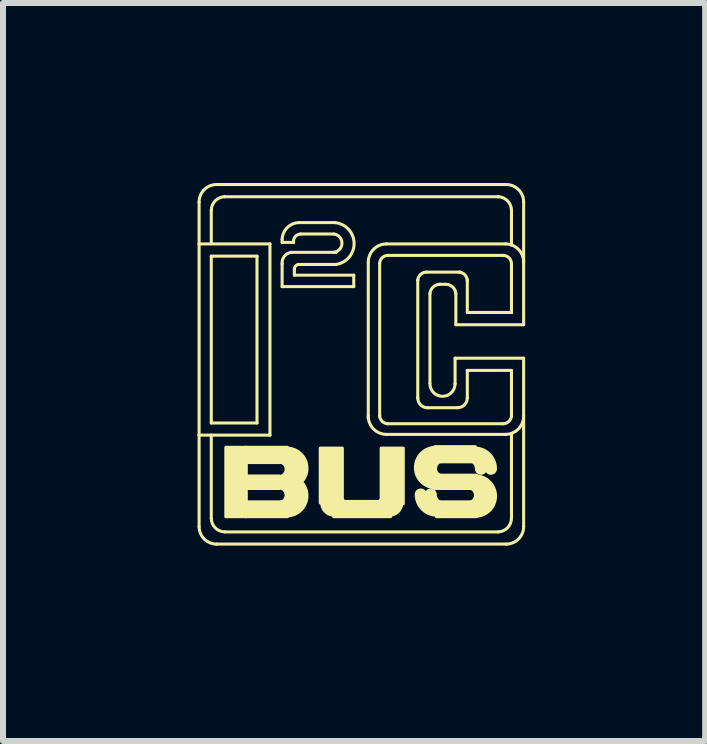
<source format=kicad_pcb>
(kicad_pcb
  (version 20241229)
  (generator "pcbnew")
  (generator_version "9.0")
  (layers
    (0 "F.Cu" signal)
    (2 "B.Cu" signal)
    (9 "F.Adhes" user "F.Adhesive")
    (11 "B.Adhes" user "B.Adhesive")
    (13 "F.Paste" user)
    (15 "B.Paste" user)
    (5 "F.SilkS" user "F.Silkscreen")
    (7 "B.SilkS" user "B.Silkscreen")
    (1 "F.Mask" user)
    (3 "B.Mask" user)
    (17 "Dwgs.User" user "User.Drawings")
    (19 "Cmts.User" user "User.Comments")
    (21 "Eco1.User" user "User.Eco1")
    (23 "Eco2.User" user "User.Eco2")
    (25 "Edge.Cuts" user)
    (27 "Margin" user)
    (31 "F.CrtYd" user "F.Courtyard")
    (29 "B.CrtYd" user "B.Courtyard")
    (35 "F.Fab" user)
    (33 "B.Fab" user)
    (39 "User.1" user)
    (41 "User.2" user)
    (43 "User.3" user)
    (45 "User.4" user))
  (footprint "micro-philips.I2C"
    (layer "F.Cu")
    (at 0.25 6.052)
    (property "Reference" "micro-philips.I2C" (at 2.54 -0.635 0) (layer "F.SilkS") (effects (font (size 0.025 0.025)) (justify left bottom)))
    (fp_line (start 0.019 -5.734) (end 0.019 -5.036) (stroke (width 0.051) (type default)) (layer "F.SilkS"))
    (fp_line (start 0.019 -5.036) (end 1.2 -5.036) (stroke (width 0.051) (type default)) (layer "F.SilkS"))
    (fp_line (start 0.019 -1.848) (end 0.019 -5.036) (stroke (width 0.051) (type default)) (layer "F.SilkS"))
    (fp_line (start 0.019 -0.324) (end 0.019 -1.848) (stroke (width 0.051) (type default)) (layer "F.SilkS"))
    (fp_line (start 0.21 -1.848) (end 0.019 -1.848) (stroke (width 0.051) (type default)) (layer "F.SilkS"))
    (fp_line (start 0.222 -5.594) (end 0.222 -5.042) (stroke (width 0.051) (type default)) (layer "F.SilkS"))
    (fp_line (start 0.222 -4.832) (end 0.222 -2.051) (stroke (width 0.051) (type default)) (layer "F.SilkS"))
    (fp_line (start 0.222 -2.051) (end 0.984 -2.051) (stroke (width 0.051) (type default)) (layer "F.SilkS"))
    (fp_line (start 0.222 -1.848) (end 0.222 -0.457) (stroke (width 0.051) (type default)) (layer "F.SilkS"))
    (fp_line (start 0.311 -0.032) (end 5.144 -0.032) (stroke (width 0.051) (type default)) (layer "F.SilkS"))
    (fp_line (start 0.311 -6.026) (end 5.137 -6.026) (stroke (width 0.051) (type default)) (layer "F.SilkS"))
    (fp_line (start 0.438 -5.823) (end 5.01 -5.823) (stroke (width 0.051) (type default)) (layer "F.SilkS"))
    (fp_line (start 0.451 -0.235) (end 5.01 -0.235) (stroke (width 0.051) (type default)) (layer "F.SilkS"))
    (fp_line (start 0.984 -4.832) (end 0.222 -4.832) (stroke (width 0.051) (type default)) (layer "F.SilkS"))
    (fp_line (start 0.984 -2.051) (end 0.984 -4.832) (stroke (width 0.051) (type default)) (layer "F.SilkS"))
    (fp_line (start 1.2 -5.036) (end 1.2 -1.848) (stroke (width 0.051) (type default)) (layer "F.SilkS"))
    (fp_line (start 1.2 -1.848) (end 0.222 -1.848) (stroke (width 0.051) (type default)) (layer "F.SilkS"))
    (fp_line (start 1.403 -5.112) (end 1.403 -5.061) (stroke (width 0.051) (type default)) (layer "F.SilkS"))
    (fp_line (start 1.403 -5.061) (end 1.594 -5.061) (stroke (width 0.051) (type default)) (layer "F.SilkS"))
    (fp_line (start 1.403 -4.324) (end 1.403 -4.705) (stroke (width 0.051) (type default)) (layer "F.SilkS"))
    (fp_line (start 1.403 -4.324) (end 2.597 -4.324) (stroke (width 0.051) (type default)) (layer "F.SilkS"))
    (fp_line (start 1.556 -4.896) (end 2.305 -4.896) (stroke (width 0.051) (type default)) (layer "F.SilkS"))
    (fp_line (start 1.607 -4.617) (end 1.607 -4.515) (stroke (width 0.051) (type default)) (layer "F.SilkS"))
    (fp_line (start 1.67 -4.693) (end 2.292 -4.693) (stroke (width 0.051) (type default)) (layer "F.SilkS"))
    (fp_line (start 1.708 -5.201) (end 2.267 -5.201) (stroke (width 0.051) (type default)) (layer "F.SilkS"))
    (fp_line (start 2.286 -5.391) (end 1.676 -5.391) (stroke (width 0.051) (type default)) (layer "F.SilkS"))
    (fp_line (start 2.597 -4.515) (end 1.607 -4.515) (stroke (width 0.051) (type default)) (layer "F.SilkS"))
    (fp_line (start 2.597 -4.324) (end 2.597 -4.515) (stroke (width 0.051) (type default)) (layer "F.SilkS"))
    (fp_line (start 2.839 -4.731) (end 2.839 -2.127) (stroke (width 0.051) (type default)) (layer "F.SilkS"))
    (fp_line (start 3.029 -4.718) (end 3.029 -2.165) (stroke (width 0.051) (type default)) (layer "F.SilkS"))
    (fp_line (start 3.143 -1.861) (end 5.131 -1.861) (stroke (width 0.051) (type default)) (layer "F.SilkS"))
    (fp_line (start 3.156 -2.038) (end 5.086 -2.038) (stroke (width 0.051) (type default)) (layer "F.SilkS"))
    (fp_line (start 3.169 -4.845) (end 5.099 -4.845) (stroke (width 0.051) (type default)) (layer "F.SilkS"))
    (fp_line (start 3.664 -4.439) (end 3.664 -4.432) (stroke (width 0.051) (type default)) (layer "F.SilkS"))
    (fp_line (start 3.664 -4.432) (end 3.664 -2.47) (stroke (width 0.051) (type default)) (layer "F.SilkS"))
    (fp_line (start 3.664 -2.47) (end 3.664 -2.464) (stroke (width 0.051) (type default)) (layer "F.SilkS"))
    (fp_line (start 3.823 -2.305) (end 4.331 -2.305) (stroke (width 0.051) (type default)) (layer "F.SilkS"))
    (fp_line (start 3.867 -4.21) (end 3.867 -2.712) (stroke (width 0.051) (type default)) (layer "F.SilkS"))
    (fp_line (start 4.134 -4.363) (end 4.02 -4.363) (stroke (width 0.051) (type default)) (layer "F.SilkS"))
    (fp_line (start 4.286 -3.131) (end 4.286 -2.705) (stroke (width 0.051) (type default)) (layer "F.SilkS"))
    (fp_line (start 4.299 -3.689) (end 4.299 -4.21) (stroke (width 0.051) (type default)) (layer "F.SilkS"))
    (fp_line (start 4.375 -4.566) (end 3.804 -4.566) (stroke (width 0.051) (type default)) (layer "F.SilkS"))
    (fp_line (start 4.49 -3.893) (end 4.49 -4.439) (stroke (width 0.051) (type default)) (layer "F.SilkS"))
    (fp_line (start 4.49 -2.927) (end 4.49 -2.464) (stroke (width 0.051) (type default)) (layer "F.SilkS"))
    (fp_line (start 5.125 -5.036) (end 3.137 -5.036) (stroke (width 0.051) (type default)) (layer "F.SilkS"))
    (fp_line (start 5.226 -4.705) (end 5.226 -3.893) (stroke (width 0.051) (type default)) (layer "F.SilkS"))
    (fp_line (start 5.226 -3.893) (end 4.49 -3.893) (stroke (width 0.051) (type default)) (layer "F.SilkS"))
    (fp_line (start 5.226 -3.893) (end 5.226 -3.893) (stroke (width 0.051) (type default)) (layer "F.SilkS"))
    (fp_line (start 5.226 -2.927) (end 4.49 -2.927) (stroke (width 0.051) (type default)) (layer "F.SilkS"))
    (fp_line (start 5.226 -0.464) (end 5.226 -1.873) (stroke (width 0.051) (type default)) (layer "F.SilkS"))
    (fp_line (start 5.226 -5.607) (end 5.226 -5.601) (stroke (width 0.051) (type default)) (layer "F.SilkS"))
    (fp_line (start 5.226 -5.601) (end 5.226 -5.017) (stroke (width 0.051) (type default)) (layer "F.SilkS"))
    (fp_line (start 5.226 -2.165) (end 5.226 -2.927) (stroke (width 0.051) (type default)) (layer "F.SilkS"))
    (fp_line (start 5.429 -5.734) (end 5.429 -4.75) (stroke (width 0.051) (type default)) (layer "F.SilkS"))
    (fp_line (start 5.429 -3.689) (end 4.299 -3.689) (stroke (width 0.051) (type default)) (layer "F.SilkS"))
    (fp_line (start 5.429 -3.689) (end 5.429 -4.737) (stroke (width 0.051) (type default)) (layer "F.SilkS"))
    (fp_line (start 5.429 -3.131) (end 4.286 -3.131) (stroke (width 0.051) (type default)) (layer "F.SilkS"))
    (fp_line (start 5.429 -0.324) (end 5.429 -2.134) (stroke (width 0.051) (type default)) (layer "F.SilkS"))
    (fp_line (start 5.429 -2.165) (end 5.429 -3.131) (stroke (width 0.051) (type default)) (layer "F.SilkS"))
    (fp_rect (start 0.464 -0.489) (end 0.806 -1.645) (stroke (width 0.05) (type default)) (fill yes) (layer "F.SilkS"))
    (fp_rect (start 0.794 -1.391) (end 1.492 -1.645) (stroke (width 0.05) (type default)) (fill yes) (layer "F.SilkS"))
    (fp_rect (start 0.794 -0.959) (end 1.359 -1.168) (stroke (width 0.05) (type default)) (fill yes) (layer "F.SilkS"))
    (fp_rect (start 0.794 -0.489) (end 1.492 -0.737) (stroke (width 0.05) (type default)) (fill yes) (layer "F.SilkS"))
    (fp_rect (start 2.038 -0.718) (end 2.407 -1.632) (stroke (width 0.05) (type default)) (fill yes) (layer "F.SilkS"))
    (fp_rect (start 2.261 -0.489) (end 3.213 -0.743) (stroke (width 0.05) (type default)) (fill yes) (layer "F.SilkS"))
    (fp_rect (start 3.054 -0.705) (end 3.423 -1.632) (stroke (width 0.05) (type default)) (fill yes) (layer "F.SilkS"))
    (fp_rect (start 3.943 -0.959) (end 4.642 -1.181) (stroke (width 0.05) (type default)) (fill yes) (layer "F.SilkS"))
    (fp_rect (start 3.95 -1.403) (end 4.623 -1.657) (stroke (width 0.05) (type default)) (fill yes) (layer "F.SilkS"))
    (fp_rect (start 3.975 -0.489) (end 4.648 -0.737) (stroke (width 0.05) (type default)) (fill yes) (layer "F.SilkS"))
    (fp_arc (start 0.019 -5.734) (mid 0.104554 -5.940546) (end 0.3111 -6.0261) (stroke (width 0.0508) (type default)) (layer "F.SilkS"))
    (fp_arc (start 0.222 -5.594) (mid 0.286677 -5.753423) (end 0.4442 -5.8226) (stroke (width 0.0508) (type default)) (layer "F.SilkS"))
    (fp_arc (start 0.3111 -0.0319) (mid 0.104554 -0.117454) (end 0.019 -0.324) (stroke (width 0.0508) (type default)) (layer "F.SilkS"))
    (fp_arc (start 0.451 -0.235) (mid 0.291577 -0.299677) (end 0.2224 -0.4572) (stroke (width 0.0508) (type default)) (layer "F.SilkS"))
    (fp_arc (start 1.3462 -1.4542) (mid 1.52085 -1.27955) (end 1.3462 -1.1049) (stroke (width 0.1524) (type default)) (layer "F.SilkS"))
    (fp_arc (start 1.3462 -1.0224) (mid 1.52085 -0.84775) (end 1.3462 -0.6731) (stroke (width 0.1524) (type default)) (layer "F.SilkS"))
    (fp_arc (start 1.403 -5.112) (mid 1.485159 -5.304796) (end 1.676 -5.3914) (stroke (width 0.0508) (type default)) (layer "F.SilkS"))
    (fp_arc (start 1.403 -4.705) (mid 1.440651 -4.831089) (end 1.5554 -4.8955) (stroke (width 0.0508) (type default)) (layer "F.SilkS"))
    (fp_arc (start 1.4224 -1.5177) (mid 1.63251 -1.29225) (end 1.4224 -1.0668) (stroke (width 0.2032) (type default)) (layer "F.SilkS"))
    (fp_arc (start 1.4415 -1.0605) (mid 1.65161 -0.83505) (end 1.4415 -0.6096) (stroke (width 0.2032) (type default)) (layer "F.SilkS"))
    (fp_arc (start 1.4859 -1.5812) (mid 1.77165 -1.29545) (end 1.4859 -1.0097) (stroke (width 0.1524) (type default)) (layer "F.SilkS"))
    (fp_arc (start 1.4859 -1.124) (mid 1.77165 -0.83825) (end 1.4859 -0.5525) (stroke (width 0.1524) (type default)) (layer "F.SilkS"))
    (fp_arc (start 1.594 -5.061) (mid 1.622323 -5.158455) (end 1.7146 -5.2007) (stroke (width 0.0508) (type default)) (layer "F.SilkS"))
    (fp_arc (start 1.607 -4.617) (mid 1.625369 -4.666251) (end 1.6705 -4.6932) (stroke (width 0.0508) (type default)) (layer "F.SilkS"))
    (fp_arc (start 2.267 -5.201) (mid 2.401127 -5.045716) (end 2.2606 -4.8962) (stroke (width 0.0508) (type default)) (layer "F.SilkS"))
    (fp_arc (start 2.2733 -0.5906) (mid 2.172177 -0.63222) (end 2.1399 -0.7367) (stroke (width 0.2032) (type default)) (layer "F.SilkS"))
    (fp_arc (start 2.286 -5.391) (mid 2.602422 -5.04462) (end 2.2924 -4.6925) (stroke (width 0.0508) (type default)) (layer "F.SilkS"))
    (fp_arc (start 2.5273 -0.6413) (mid 2.370574 -0.702292) (end 2.3051 -0.8572) (stroke (width 0.2032) (type default)) (layer "F.SilkS"))
    (fp_arc (start 2.839 -4.731) (mid 2.928274 -4.946526) (end 3.1438 -5.0358) (stroke (width 0.0508) (type default)) (layer "F.SilkS"))
    (fp_arc (start 3.0289 -4.7117) (mid 3.07198 -4.806435) (end 3.1686 -4.8451) (stroke (width 0.0508) (type default)) (layer "F.SilkS"))
    (fp_arc (start 3.1432 -1.8606) (mid 2.927674 -1.949874) (end 2.8384 -2.1654) (stroke (width 0.0508) (type default)) (layer "F.SilkS"))
    (fp_arc (start 3.1559 -0.8572) (mid 3.090426 -0.702292) (end 2.9337 -0.6413) (stroke (width 0.2032) (type default)) (layer "F.SilkS"))
    (fp_arc (start 3.1623 -2.0383) (mid 3.067565 -2.08138) (end 3.0289 -2.178) (stroke (width 0.0508) (type default)) (layer "F.SilkS"))
    (fp_arc (start 3.3211 -0.7239) (mid 3.27948 -0.622777) (end 3.175 -0.5905) (stroke (width 0.2032) (type default)) (layer "F.SilkS"))
    (fp_arc (start 3.664 -4.4323) (mid 3.710998 -4.527458) (end 3.81 -4.5657) (stroke (width 0.0508) (type default)) (layer "F.SilkS"))
    (fp_arc (start 3.8291 -2.3051) (mid 3.711397 -2.352497) (end 3.664 -2.4702) (stroke (width 0.0508) (type default)) (layer "F.SilkS"))
    (fp_arc (start 3.8672 -4.2037) (mid 3.91857 -4.315517) (end 4.0323 -4.3625) (stroke (width 0.0508) (type default)) (layer "F.SilkS"))
    (fp_arc (start 3.9562 -1.0224) (mid 3.67045 -1.30815) (end 3.9562 -1.5939) (stroke (width 0.1524) (type default)) (layer "F.SilkS"))
    (fp_arc (start 3.9879 -0.5905) (mid 3.795186 -0.666338) (end 3.7148 -0.8572) (stroke (width 0.2032) (type default)) (layer "F.SilkS"))
    (fp_arc (start 4.0197 -1.0859) (mid 3.80959 -1.31135) (end 4.0197 -1.5368) (stroke (width 0.2032) (type default)) (layer "F.SilkS"))
    (fp_arc (start 4.0832 -1.1176) (mid 3.90855 -1.29225) (end 4.0832 -1.4669) (stroke (width 0.1524) (type default)) (layer "F.SilkS"))
    (fp_arc (start 4.1021 -0.6413) (mid 3.945374 -0.702292) (end 3.8799 -0.8572) (stroke (width 0.2032) (type default)) (layer "F.SilkS"))
    (fp_arc (start 4.134 -4.363) (mid 4.24773 -4.316017) (end 4.2991 -4.2042) (stroke (width 0.0508) (type default)) (layer "F.SilkS"))
    (fp_arc (start 4.286 -2.705) (mid 4.07645 -2.49545) (end 3.8669 -2.705) (stroke (width 0.0508) (type default)) (layer "F.SilkS"))
    (fp_arc (start 4.3561 -4.5656) (mid 4.451258 -4.518602) (end 4.4895 -4.4196) (stroke (width 0.0508) (type default)) (layer "F.SilkS"))
    (fp_arc (start 4.4894 -2.4702) (mid 4.441972 -2.352528) (end 4.3243 -2.3051) (stroke (width 0.0508) (type default)) (layer "F.SilkS"))
    (fp_arc (start 4.4959 -1.505) (mid 4.652626 -1.444008) (end 4.7181 -1.2891) (stroke (width 0.2032) (type default)) (layer "F.SilkS"))
    (fp_arc (start 4.5021 -1.0224) (mid 4.67675 -0.84775) (end 4.5021 -0.6731) (stroke (width 0.1524) (type default)) (layer "F.SilkS"))
    (fp_arc (start 4.5656 -1.0541) (mid 4.77571 -0.82865) (end 4.5656 -0.6032) (stroke (width 0.2032) (type default)) (layer "F.SilkS"))
    (fp_arc (start 4.6101 -1.5558) (mid 4.802814 -1.479962) (end 4.8832 -1.2891) (stroke (width 0.2032) (type default)) (layer "F.SilkS"))
    (fp_arc (start 4.6291 -1.1176) (mid 4.91485 -0.83185) (end 4.6291 -0.5461) (stroke (width 0.1524) (type default)) (layer "F.SilkS"))
    (fp_arc (start 4.9975 -5.8229) (mid 5.156923 -5.758223) (end 5.2261 -5.6007) (stroke (width 0.0508) (type default)) (layer "F.SilkS"))
    (fp_arc (start 5.0926 -4.8447) (mid 5.187335 -4.80162) (end 5.226 -4.705) (stroke (width 0.0508) (type default)) (layer "F.SilkS"))
    (fp_arc (start 5.125 -5.036) (mid 5.340526 -4.946726) (end 5.4298 -4.7312) (stroke (width 0.0508) (type default)) (layer "F.SilkS"))
    (fp_arc (start 5.1372 -6.0261) (mid 5.343746 -5.940546) (end 5.4293 -5.734) (stroke (width 0.0508) (type default)) (layer "F.SilkS"))
    (fp_arc (start 5.226 -0.464) (mid 5.161323 -0.304577) (end 5.0038 -0.2354) (stroke (width 0.0508) (type default)) (layer "F.SilkS"))
    (fp_arc (start 5.2262 -2.1717) (mid 5.18312 -2.076965) (end 5.0865 -2.0383) (stroke (width 0.0508) (type default)) (layer "F.SilkS"))
    (fp_arc (start 5.4292 -0.3239) (mid 5.343617 -0.117383) (end 5.1371 -0.0318) (stroke (width 0.0508) (type default)) (layer "F.SilkS"))
    (fp_arc (start 5.4293 -2.1653) (mid 5.340026 -1.949774) (end 5.1245 -1.8605) (stroke (width 0.0508) (type default)) (layer "F.SilkS")))
  (gr_rect
    (start -3 -3)
    (end 8.705 9.302)
    (stroke (width 0.1) (type default))
    (fill no)
    (layer "Edge.Cuts")))
</source>
